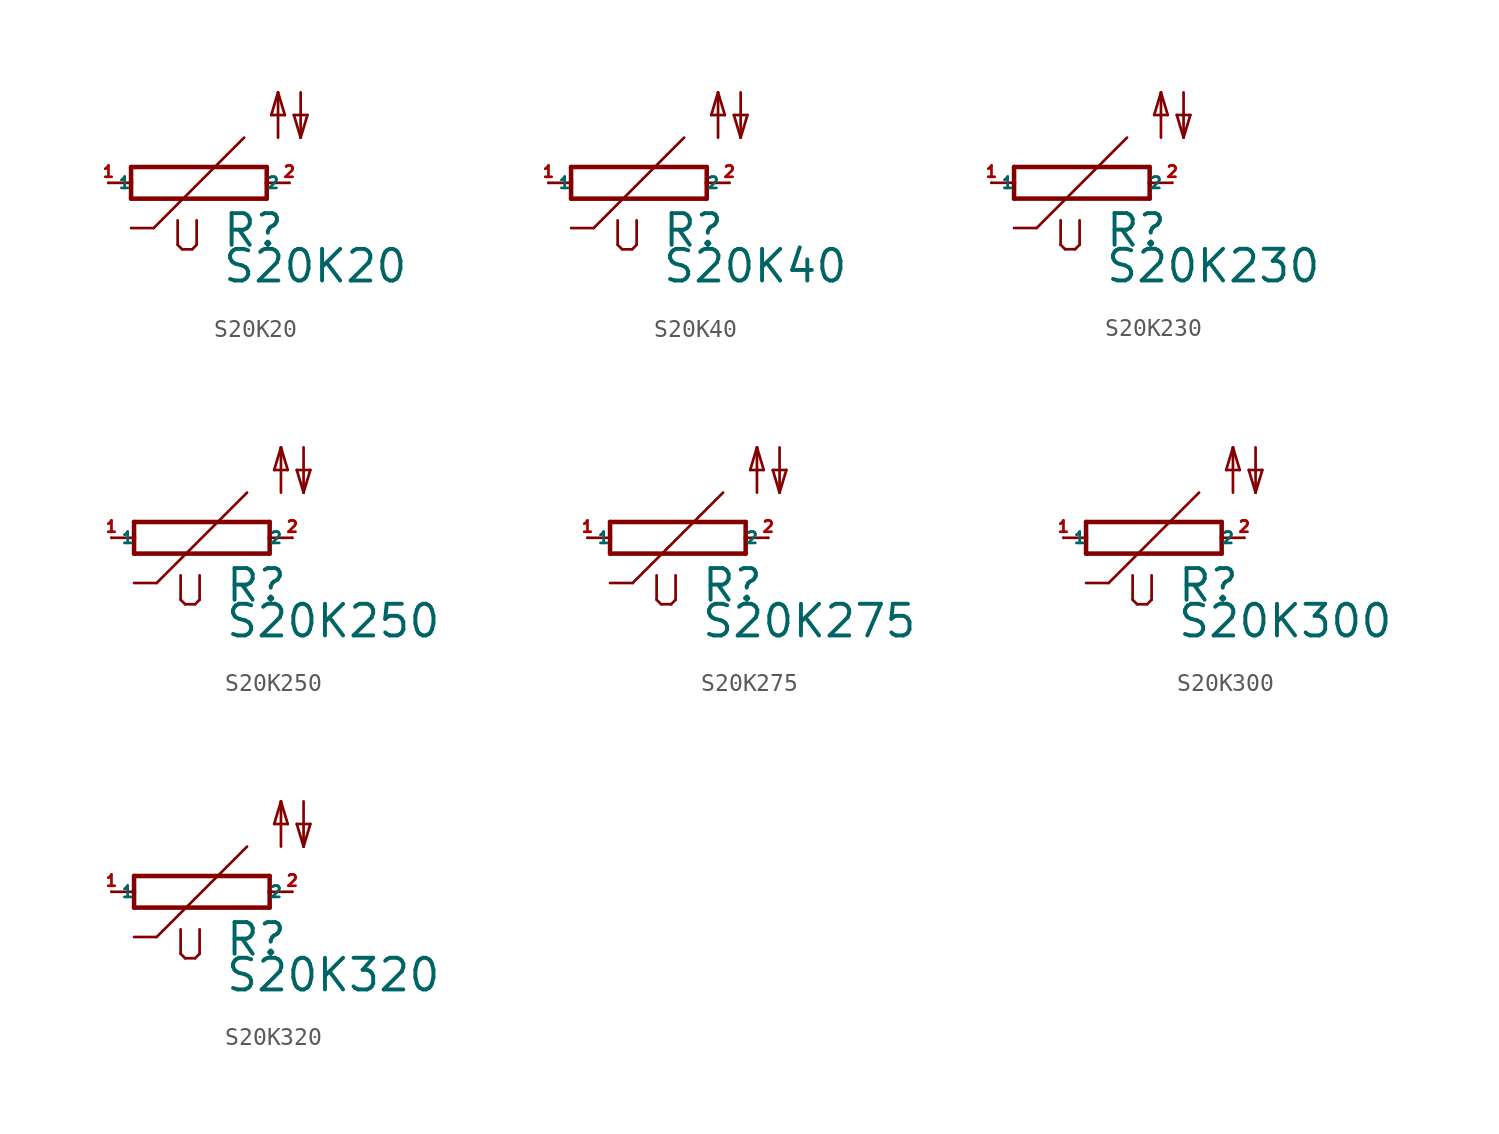
<source format=kicad_sym>
(kicad_symbol_lib
  (version 20220914)
  (generator Eagle2Kicad)
  (symbol "S20K20"
    (property "Reference" "R"
      (at 1.27 -3.708 0)
      (effects (font (size 1.778 1.778) (thickness 0.22)) (justify left bottom)))
    (property "Value" "S20K20"
      (at 1.27 -5.715 0)
      (effects (font (size 1.778 1.778) (thickness 0.22)) (justify left bottom)))
    (polyline
      (pts (xy -3.81 -0.889) (xy 3.81 -0.889))
      (stroke (width 0.254) (type default))
      (fill (type none)))
    (polyline
      (pts (xy 3.81 -0.889) (xy 3.81 0))
      (stroke (width 0.254) (type default))
      (fill (type none)))
    (polyline
      (pts (xy 3.81 0.889) (xy -3.81 0.889))
      (stroke (width 0.254) (type default))
      (fill (type none)))
    (polyline
      (pts (xy -3.81 -0.889) (xy -3.81 0))
      (stroke (width 0.254) (type default))
      (fill (type none)))
    (polyline
      (pts (xy 3.81 0) (xy 5.08 0))
      (stroke (width 0.152) (type default))
      (fill (type none)))
    (polyline
      (pts (xy 3.81 0) (xy 3.81 0.889))
      (stroke (width 0.254) (type default))
      (fill (type none)))
    (polyline
      (pts (xy -5.08 0) (xy -3.81 0))
      (stroke (width 0.152) (type default))
      (fill (type none)))
    (polyline
      (pts (xy -3.81 0) (xy -3.81 0.889))
      (stroke (width 0.254) (type default))
      (fill (type none)))
    (polyline
      (pts (xy 2.54 2.54) (xy -2.54 -2.54))
      (stroke (width 0.152) (type default))
      (fill (type none)))
    (polyline
      (pts (xy -2.54 -2.54) (xy -3.81 -2.54))
      (stroke (width 0.152) (type default))
      (fill (type none)))
    (polyline
      (pts (xy -1.194 -2.108) (xy -1.194 -3.48))
      (stroke (width 0.152) (type default))
      (fill (type none)))
    (polyline
      (pts (xy -0.94 -3.734) (xy -1.194 -3.48))
      (stroke (width 0.152) (type default))
      (fill (type none)))
    (polyline
      (pts (xy -0.94 -3.734) (xy -0.381 -3.734))
      (stroke (width 0.152) (type default))
      (fill (type none)))
    (polyline
      (pts (xy -0.127 -3.48) (xy -0.381 -3.734))
      (stroke (width 0.152) (type default))
      (fill (type none)))
    (polyline
      (pts (xy -0.127 -3.48) (xy -0.127 -2.108))
      (stroke (width 0.152) (type default))
      (fill (type none)))
    (polyline
      (pts (xy 5.715 5.08) (xy 5.715 2.54))
      (stroke (width 0.152) (type default))
      (fill (type none)))
    (polyline
      (pts (xy 5.715 2.54) (xy 6.096 3.81))
      (stroke (width 0.152) (type default))
      (fill (type none)))
    (polyline
      (pts (xy 6.096 3.81) (xy 5.334 3.81))
      (stroke (width 0.152) (type default))
      (fill (type none)))
    (polyline
      (pts (xy 5.334 3.81) (xy 5.715 2.54))
      (stroke (width 0.152) (type default))
      (fill (type none)))
    (polyline
      (pts (xy 4.445 2.54) (xy 4.445 5.08))
      (stroke (width 0.152) (type default))
      (fill (type none)))
    (polyline
      (pts (xy 4.445 5.08) (xy 4.826 3.81))
      (stroke (width 0.152) (type default))
      (fill (type none)))
    (polyline
      (pts (xy 4.826 3.81) (xy 4.064 3.81))
      (stroke (width 0.152) (type default))
      (fill (type none)))
    (polyline
      (pts (xy 4.064 3.81) (xy 4.445 5.08))
      (stroke (width 0.152) (type default))
      (fill (type none)))
    (pin passive line
      (at 5.08 0 180)
      (length 0)
      (name "2" (effects (font (size 0.635 0.635) (thickness 0.08)) (justify left bottom)))
      (number "2" (effects (font (size 0.635 0.635) (thickness 0.08)) (justify left bottom))))
    (pin passive line
      (at -5.08 0 0)
      (length 0)
      (name "1" (effects (font (size 0.635 0.635) (thickness 0.08)) (justify left bottom)))
      (number "1" (effects (font (size 0.635 0.635) (thickness 0.08)) (justify left bottom)))))
  (symbol "S20K40"
    (property "Reference" "R"
      (at 1.27 -3.708 0)
      (effects (font (size 1.778 1.778) (thickness 0.22)) (justify left bottom)))
    (property "Value" "S20K40"
      (at 1.27 -5.715 0)
      (effects (font (size 1.778 1.778) (thickness 0.22)) (justify left bottom)))
    (polyline
      (pts (xy -3.81 -0.889) (xy 3.81 -0.889))
      (stroke (width 0.254) (type default))
      (fill (type none)))
    (polyline
      (pts (xy 3.81 -0.889) (xy 3.81 0))
      (stroke (width 0.254) (type default))
      (fill (type none)))
    (polyline
      (pts (xy 3.81 0.889) (xy -3.81 0.889))
      (stroke (width 0.254) (type default))
      (fill (type none)))
    (polyline
      (pts (xy -3.81 -0.889) (xy -3.81 0))
      (stroke (width 0.254) (type default))
      (fill (type none)))
    (polyline
      (pts (xy 3.81 0) (xy 5.08 0))
      (stroke (width 0.152) (type default))
      (fill (type none)))
    (polyline
      (pts (xy 3.81 0) (xy 3.81 0.889))
      (stroke (width 0.254) (type default))
      (fill (type none)))
    (polyline
      (pts (xy -5.08 0) (xy -3.81 0))
      (stroke (width 0.152) (type default))
      (fill (type none)))
    (polyline
      (pts (xy -3.81 0) (xy -3.81 0.889))
      (stroke (width 0.254) (type default))
      (fill (type none)))
    (polyline
      (pts (xy 2.54 2.54) (xy -2.54 -2.54))
      (stroke (width 0.152) (type default))
      (fill (type none)))
    (polyline
      (pts (xy -2.54 -2.54) (xy -3.81 -2.54))
      (stroke (width 0.152) (type default))
      (fill (type none)))
    (polyline
      (pts (xy -1.194 -2.108) (xy -1.194 -3.48))
      (stroke (width 0.152) (type default))
      (fill (type none)))
    (polyline
      (pts (xy -0.94 -3.734) (xy -1.194 -3.48))
      (stroke (width 0.152) (type default))
      (fill (type none)))
    (polyline
      (pts (xy -0.94 -3.734) (xy -0.381 -3.734))
      (stroke (width 0.152) (type default))
      (fill (type none)))
    (polyline
      (pts (xy -0.127 -3.48) (xy -0.381 -3.734))
      (stroke (width 0.152) (type default))
      (fill (type none)))
    (polyline
      (pts (xy -0.127 -3.48) (xy -0.127 -2.108))
      (stroke (width 0.152) (type default))
      (fill (type none)))
    (polyline
      (pts (xy 5.715 5.08) (xy 5.715 2.54))
      (stroke (width 0.152) (type default))
      (fill (type none)))
    (polyline
      (pts (xy 5.715 2.54) (xy 6.096 3.81))
      (stroke (width 0.152) (type default))
      (fill (type none)))
    (polyline
      (pts (xy 6.096 3.81) (xy 5.334 3.81))
      (stroke (width 0.152) (type default))
      (fill (type none)))
    (polyline
      (pts (xy 5.334 3.81) (xy 5.715 2.54))
      (stroke (width 0.152) (type default))
      (fill (type none)))
    (polyline
      (pts (xy 4.445 2.54) (xy 4.445 5.08))
      (stroke (width 0.152) (type default))
      (fill (type none)))
    (polyline
      (pts (xy 4.445 5.08) (xy 4.826 3.81))
      (stroke (width 0.152) (type default))
      (fill (type none)))
    (polyline
      (pts (xy 4.826 3.81) (xy 4.064 3.81))
      (stroke (width 0.152) (type default))
      (fill (type none)))
    (polyline
      (pts (xy 4.064 3.81) (xy 4.445 5.08))
      (stroke (width 0.152) (type default))
      (fill (type none)))
    (pin passive line
      (at 5.08 0 180)
      (length 0)
      (name "2" (effects (font (size 0.635 0.635) (thickness 0.08)) (justify left bottom)))
      (number "2" (effects (font (size 0.635 0.635) (thickness 0.08)) (justify left bottom))))
    (pin passive line
      (at -5.08 0 0)
      (length 0)
      (name "1" (effects (font (size 0.635 0.635) (thickness 0.08)) (justify left bottom)))
      (number "1" (effects (font (size 0.635 0.635) (thickness 0.08)) (justify left bottom)))))
  (symbol "S20K230"
    (property "Reference" "R"
      (at 1.27 -3.708 0)
      (effects (font (size 1.778 1.778) (thickness 0.22)) (justify left bottom)))
    (property "Value" "S20K230"
      (at 1.27 -5.715 0)
      (effects (font (size 1.778 1.778) (thickness 0.22)) (justify left bottom)))
    (polyline
      (pts (xy -3.81 -0.889) (xy 3.81 -0.889))
      (stroke (width 0.254) (type default))
      (fill (type none)))
    (polyline
      (pts (xy 3.81 -0.889) (xy 3.81 0))
      (stroke (width 0.254) (type default))
      (fill (type none)))
    (polyline
      (pts (xy 3.81 0.889) (xy -3.81 0.889))
      (stroke (width 0.254) (type default))
      (fill (type none)))
    (polyline
      (pts (xy -3.81 -0.889) (xy -3.81 0))
      (stroke (width 0.254) (type default))
      (fill (type none)))
    (polyline
      (pts (xy 3.81 0) (xy 5.08 0))
      (stroke (width 0.152) (type default))
      (fill (type none)))
    (polyline
      (pts (xy 3.81 0) (xy 3.81 0.889))
      (stroke (width 0.254) (type default))
      (fill (type none)))
    (polyline
      (pts (xy -5.08 0) (xy -3.81 0))
      (stroke (width 0.152) (type default))
      (fill (type none)))
    (polyline
      (pts (xy -3.81 0) (xy -3.81 0.889))
      (stroke (width 0.254) (type default))
      (fill (type none)))
    (polyline
      (pts (xy 2.54 2.54) (xy -2.54 -2.54))
      (stroke (width 0.152) (type default))
      (fill (type none)))
    (polyline
      (pts (xy -2.54 -2.54) (xy -3.81 -2.54))
      (stroke (width 0.152) (type default))
      (fill (type none)))
    (polyline
      (pts (xy -1.194 -2.108) (xy -1.194 -3.48))
      (stroke (width 0.152) (type default))
      (fill (type none)))
    (polyline
      (pts (xy -0.94 -3.734) (xy -1.194 -3.48))
      (stroke (width 0.152) (type default))
      (fill (type none)))
    (polyline
      (pts (xy -0.94 -3.734) (xy -0.381 -3.734))
      (stroke (width 0.152) (type default))
      (fill (type none)))
    (polyline
      (pts (xy -0.127 -3.48) (xy -0.381 -3.734))
      (stroke (width 0.152) (type default))
      (fill (type none)))
    (polyline
      (pts (xy -0.127 -3.48) (xy -0.127 -2.108))
      (stroke (width 0.152) (type default))
      (fill (type none)))
    (polyline
      (pts (xy 5.715 5.08) (xy 5.715 2.54))
      (stroke (width 0.152) (type default))
      (fill (type none)))
    (polyline
      (pts (xy 5.715 2.54) (xy 6.096 3.81))
      (stroke (width 0.152) (type default))
      (fill (type none)))
    (polyline
      (pts (xy 6.096 3.81) (xy 5.334 3.81))
      (stroke (width 0.152) (type default))
      (fill (type none)))
    (polyline
      (pts (xy 5.334 3.81) (xy 5.715 2.54))
      (stroke (width 0.152) (type default))
      (fill (type none)))
    (polyline
      (pts (xy 4.445 2.54) (xy 4.445 5.08))
      (stroke (width 0.152) (type default))
      (fill (type none)))
    (polyline
      (pts (xy 4.445 5.08) (xy 4.826 3.81))
      (stroke (width 0.152) (type default))
      (fill (type none)))
    (polyline
      (pts (xy 4.826 3.81) (xy 4.064 3.81))
      (stroke (width 0.152) (type default))
      (fill (type none)))
    (polyline
      (pts (xy 4.064 3.81) (xy 4.445 5.08))
      (stroke (width 0.152) (type default))
      (fill (type none)))
    (pin passive line
      (at 5.08 0 180)
      (length 0)
      (name "2" (effects (font (size 0.635 0.635) (thickness 0.08)) (justify left bottom)))
      (number "2" (effects (font (size 0.635 0.635) (thickness 0.08)) (justify left bottom))))
    (pin passive line
      (at -5.08 0 0)
      (length 0)
      (name "1" (effects (font (size 0.635 0.635) (thickness 0.08)) (justify left bottom)))
      (number "1" (effects (font (size 0.635 0.635) (thickness 0.08)) (justify left bottom)))))
  (symbol "S20K250"
    (property "Reference" "R"
      (at 1.27 -3.708 0)
      (effects (font (size 1.778 1.778) (thickness 0.22)) (justify left bottom)))
    (property "Value" "S20K250"
      (at 1.27 -5.715 0)
      (effects (font (size 1.778 1.778) (thickness 0.22)) (justify left bottom)))
    (polyline
      (pts (xy -3.81 -0.889) (xy 3.81 -0.889))
      (stroke (width 0.254) (type default))
      (fill (type none)))
    (polyline
      (pts (xy 3.81 -0.889) (xy 3.81 0))
      (stroke (width 0.254) (type default))
      (fill (type none)))
    (polyline
      (pts (xy 3.81 0.889) (xy -3.81 0.889))
      (stroke (width 0.254) (type default))
      (fill (type none)))
    (polyline
      (pts (xy -3.81 -0.889) (xy -3.81 0))
      (stroke (width 0.254) (type default))
      (fill (type none)))
    (polyline
      (pts (xy 3.81 0) (xy 5.08 0))
      (stroke (width 0.152) (type default))
      (fill (type none)))
    (polyline
      (pts (xy 3.81 0) (xy 3.81 0.889))
      (stroke (width 0.254) (type default))
      (fill (type none)))
    (polyline
      (pts (xy -5.08 0) (xy -3.81 0))
      (stroke (width 0.152) (type default))
      (fill (type none)))
    (polyline
      (pts (xy -3.81 0) (xy -3.81 0.889))
      (stroke (width 0.254) (type default))
      (fill (type none)))
    (polyline
      (pts (xy 2.54 2.54) (xy -2.54 -2.54))
      (stroke (width 0.152) (type default))
      (fill (type none)))
    (polyline
      (pts (xy -2.54 -2.54) (xy -3.81 -2.54))
      (stroke (width 0.152) (type default))
      (fill (type none)))
    (polyline
      (pts (xy -1.194 -2.108) (xy -1.194 -3.48))
      (stroke (width 0.152) (type default))
      (fill (type none)))
    (polyline
      (pts (xy -0.94 -3.734) (xy -1.194 -3.48))
      (stroke (width 0.152) (type default))
      (fill (type none)))
    (polyline
      (pts (xy -0.94 -3.734) (xy -0.381 -3.734))
      (stroke (width 0.152) (type default))
      (fill (type none)))
    (polyline
      (pts (xy -0.127 -3.48) (xy -0.381 -3.734))
      (stroke (width 0.152) (type default))
      (fill (type none)))
    (polyline
      (pts (xy -0.127 -3.48) (xy -0.127 -2.108))
      (stroke (width 0.152) (type default))
      (fill (type none)))
    (polyline
      (pts (xy 5.715 5.08) (xy 5.715 2.54))
      (stroke (width 0.152) (type default))
      (fill (type none)))
    (polyline
      (pts (xy 5.715 2.54) (xy 6.096 3.81))
      (stroke (width 0.152) (type default))
      (fill (type none)))
    (polyline
      (pts (xy 6.096 3.81) (xy 5.334 3.81))
      (stroke (width 0.152) (type default))
      (fill (type none)))
    (polyline
      (pts (xy 5.334 3.81) (xy 5.715 2.54))
      (stroke (width 0.152) (type default))
      (fill (type none)))
    (polyline
      (pts (xy 4.445 2.54) (xy 4.445 5.08))
      (stroke (width 0.152) (type default))
      (fill (type none)))
    (polyline
      (pts (xy 4.445 5.08) (xy 4.826 3.81))
      (stroke (width 0.152) (type default))
      (fill (type none)))
    (polyline
      (pts (xy 4.826 3.81) (xy 4.064 3.81))
      (stroke (width 0.152) (type default))
      (fill (type none)))
    (polyline
      (pts (xy 4.064 3.81) (xy 4.445 5.08))
      (stroke (width 0.152) (type default))
      (fill (type none)))
    (pin passive line
      (at 5.08 0 180)
      (length 0)
      (name "2" (effects (font (size 0.635 0.635) (thickness 0.08)) (justify left bottom)))
      (number "2" (effects (font (size 0.635 0.635) (thickness 0.08)) (justify left bottom))))
    (pin passive line
      (at -5.08 0 0)
      (length 0)
      (name "1" (effects (font (size 0.635 0.635) (thickness 0.08)) (justify left bottom)))
      (number "1" (effects (font (size 0.635 0.635) (thickness 0.08)) (justify left bottom)))))
  (symbol "S20K275"
    (property "Reference" "R"
      (at 1.27 -3.708 0)
      (effects (font (size 1.778 1.778) (thickness 0.22)) (justify left bottom)))
    (property "Value" "S20K275"
      (at 1.27 -5.715 0)
      (effects (font (size 1.778 1.778) (thickness 0.22)) (justify left bottom)))
    (polyline
      (pts (xy -3.81 -0.889) (xy 3.81 -0.889))
      (stroke (width 0.254) (type default))
      (fill (type none)))
    (polyline
      (pts (xy 3.81 -0.889) (xy 3.81 0))
      (stroke (width 0.254) (type default))
      (fill (type none)))
    (polyline
      (pts (xy 3.81 0.889) (xy -3.81 0.889))
      (stroke (width 0.254) (type default))
      (fill (type none)))
    (polyline
      (pts (xy -3.81 -0.889) (xy -3.81 0))
      (stroke (width 0.254) (type default))
      (fill (type none)))
    (polyline
      (pts (xy 3.81 0) (xy 5.08 0))
      (stroke (width 0.152) (type default))
      (fill (type none)))
    (polyline
      (pts (xy 3.81 0) (xy 3.81 0.889))
      (stroke (width 0.254) (type default))
      (fill (type none)))
    (polyline
      (pts (xy -5.08 0) (xy -3.81 0))
      (stroke (width 0.152) (type default))
      (fill (type none)))
    (polyline
      (pts (xy -3.81 0) (xy -3.81 0.889))
      (stroke (width 0.254) (type default))
      (fill (type none)))
    (polyline
      (pts (xy 2.54 2.54) (xy -2.54 -2.54))
      (stroke (width 0.152) (type default))
      (fill (type none)))
    (polyline
      (pts (xy -2.54 -2.54) (xy -3.81 -2.54))
      (stroke (width 0.152) (type default))
      (fill (type none)))
    (polyline
      (pts (xy -1.194 -2.108) (xy -1.194 -3.48))
      (stroke (width 0.152) (type default))
      (fill (type none)))
    (polyline
      (pts (xy -0.94 -3.734) (xy -1.194 -3.48))
      (stroke (width 0.152) (type default))
      (fill (type none)))
    (polyline
      (pts (xy -0.94 -3.734) (xy -0.381 -3.734))
      (stroke (width 0.152) (type default))
      (fill (type none)))
    (polyline
      (pts (xy -0.127 -3.48) (xy -0.381 -3.734))
      (stroke (width 0.152) (type default))
      (fill (type none)))
    (polyline
      (pts (xy -0.127 -3.48) (xy -0.127 -2.108))
      (stroke (width 0.152) (type default))
      (fill (type none)))
    (polyline
      (pts (xy 5.715 5.08) (xy 5.715 2.54))
      (stroke (width 0.152) (type default))
      (fill (type none)))
    (polyline
      (pts (xy 5.715 2.54) (xy 6.096 3.81))
      (stroke (width 0.152) (type default))
      (fill (type none)))
    (polyline
      (pts (xy 6.096 3.81) (xy 5.334 3.81))
      (stroke (width 0.152) (type default))
      (fill (type none)))
    (polyline
      (pts (xy 5.334 3.81) (xy 5.715 2.54))
      (stroke (width 0.152) (type default))
      (fill (type none)))
    (polyline
      (pts (xy 4.445 2.54) (xy 4.445 5.08))
      (stroke (width 0.152) (type default))
      (fill (type none)))
    (polyline
      (pts (xy 4.445 5.08) (xy 4.826 3.81))
      (stroke (width 0.152) (type default))
      (fill (type none)))
    (polyline
      (pts (xy 4.826 3.81) (xy 4.064 3.81))
      (stroke (width 0.152) (type default))
      (fill (type none)))
    (polyline
      (pts (xy 4.064 3.81) (xy 4.445 5.08))
      (stroke (width 0.152) (type default))
      (fill (type none)))
    (pin passive line
      (at 5.08 0 180)
      (length 0)
      (name "2" (effects (font (size 0.635 0.635) (thickness 0.08)) (justify left bottom)))
      (number "2" (effects (font (size 0.635 0.635) (thickness 0.08)) (justify left bottom))))
    (pin passive line
      (at -5.08 0 0)
      (length 0)
      (name "1" (effects (font (size 0.635 0.635) (thickness 0.08)) (justify left bottom)))
      (number "1" (effects (font (size 0.635 0.635) (thickness 0.08)) (justify left bottom)))))
  (symbol "S20K300"
    (property "Reference" "R"
      (at 1.27 -3.708 0)
      (effects (font (size 1.778 1.778) (thickness 0.22)) (justify left bottom)))
    (property "Value" "S20K300"
      (at 1.27 -5.715 0)
      (effects (font (size 1.778 1.778) (thickness 0.22)) (justify left bottom)))
    (polyline
      (pts (xy -3.81 -0.889) (xy 3.81 -0.889))
      (stroke (width 0.254) (type default))
      (fill (type none)))
    (polyline
      (pts (xy 3.81 -0.889) (xy 3.81 0))
      (stroke (width 0.254) (type default))
      (fill (type none)))
    (polyline
      (pts (xy 3.81 0.889) (xy -3.81 0.889))
      (stroke (width 0.254) (type default))
      (fill (type none)))
    (polyline
      (pts (xy -3.81 -0.889) (xy -3.81 0))
      (stroke (width 0.254) (type default))
      (fill (type none)))
    (polyline
      (pts (xy 3.81 0) (xy 5.08 0))
      (stroke (width 0.152) (type default))
      (fill (type none)))
    (polyline
      (pts (xy 3.81 0) (xy 3.81 0.889))
      (stroke (width 0.254) (type default))
      (fill (type none)))
    (polyline
      (pts (xy -5.08 0) (xy -3.81 0))
      (stroke (width 0.152) (type default))
      (fill (type none)))
    (polyline
      (pts (xy -3.81 0) (xy -3.81 0.889))
      (stroke (width 0.254) (type default))
      (fill (type none)))
    (polyline
      (pts (xy 2.54 2.54) (xy -2.54 -2.54))
      (stroke (width 0.152) (type default))
      (fill (type none)))
    (polyline
      (pts (xy -2.54 -2.54) (xy -3.81 -2.54))
      (stroke (width 0.152) (type default))
      (fill (type none)))
    (polyline
      (pts (xy -1.194 -2.108) (xy -1.194 -3.48))
      (stroke (width 0.152) (type default))
      (fill (type none)))
    (polyline
      (pts (xy -0.94 -3.734) (xy -1.194 -3.48))
      (stroke (width 0.152) (type default))
      (fill (type none)))
    (polyline
      (pts (xy -0.94 -3.734) (xy -0.381 -3.734))
      (stroke (width 0.152) (type default))
      (fill (type none)))
    (polyline
      (pts (xy -0.127 -3.48) (xy -0.381 -3.734))
      (stroke (width 0.152) (type default))
      (fill (type none)))
    (polyline
      (pts (xy -0.127 -3.48) (xy -0.127 -2.108))
      (stroke (width 0.152) (type default))
      (fill (type none)))
    (polyline
      (pts (xy 5.715 5.08) (xy 5.715 2.54))
      (stroke (width 0.152) (type default))
      (fill (type none)))
    (polyline
      (pts (xy 5.715 2.54) (xy 6.096 3.81))
      (stroke (width 0.152) (type default))
      (fill (type none)))
    (polyline
      (pts (xy 6.096 3.81) (xy 5.334 3.81))
      (stroke (width 0.152) (type default))
      (fill (type none)))
    (polyline
      (pts (xy 5.334 3.81) (xy 5.715 2.54))
      (stroke (width 0.152) (type default))
      (fill (type none)))
    (polyline
      (pts (xy 4.445 2.54) (xy 4.445 5.08))
      (stroke (width 0.152) (type default))
      (fill (type none)))
    (polyline
      (pts (xy 4.445 5.08) (xy 4.826 3.81))
      (stroke (width 0.152) (type default))
      (fill (type none)))
    (polyline
      (pts (xy 4.826 3.81) (xy 4.064 3.81))
      (stroke (width 0.152) (type default))
      (fill (type none)))
    (polyline
      (pts (xy 4.064 3.81) (xy 4.445 5.08))
      (stroke (width 0.152) (type default))
      (fill (type none)))
    (pin passive line
      (at 5.08 0 180)
      (length 0)
      (name "2" (effects (font (size 0.635 0.635) (thickness 0.08)) (justify left bottom)))
      (number "2" (effects (font (size 0.635 0.635) (thickness 0.08)) (justify left bottom))))
    (pin passive line
      (at -5.08 0 0)
      (length 0)
      (name "1" (effects (font (size 0.635 0.635) (thickness 0.08)) (justify left bottom)))
      (number "1" (effects (font (size 0.635 0.635) (thickness 0.08)) (justify left bottom)))))
  (symbol "S20K320"
    (property "Reference" "R"
      (at 1.27 -3.708 0)
      (effects (font (size 1.778 1.778) (thickness 0.22)) (justify left bottom)))
    (property "Value" "S20K320"
      (at 1.27 -5.715 0)
      (effects (font (size 1.778 1.778) (thickness 0.22)) (justify left bottom)))
    (polyline
      (pts (xy -3.81 -0.889) (xy 3.81 -0.889))
      (stroke (width 0.254) (type default))
      (fill (type none)))
    (polyline
      (pts (xy 3.81 -0.889) (xy 3.81 0))
      (stroke (width 0.254) (type default))
      (fill (type none)))
    (polyline
      (pts (xy 3.81 0.889) (xy -3.81 0.889))
      (stroke (width 0.254) (type default))
      (fill (type none)))
    (polyline
      (pts (xy -3.81 -0.889) (xy -3.81 0))
      (stroke (width 0.254) (type default))
      (fill (type none)))
    (polyline
      (pts (xy 3.81 0) (xy 5.08 0))
      (stroke (width 0.152) (type default))
      (fill (type none)))
    (polyline
      (pts (xy 3.81 0) (xy 3.81 0.889))
      (stroke (width 0.254) (type default))
      (fill (type none)))
    (polyline
      (pts (xy -5.08 0) (xy -3.81 0))
      (stroke (width 0.152) (type default))
      (fill (type none)))
    (polyline
      (pts (xy -3.81 0) (xy -3.81 0.889))
      (stroke (width 0.254) (type default))
      (fill (type none)))
    (polyline
      (pts (xy 2.54 2.54) (xy -2.54 -2.54))
      (stroke (width 0.152) (type default))
      (fill (type none)))
    (polyline
      (pts (xy -2.54 -2.54) (xy -3.81 -2.54))
      (stroke (width 0.152) (type default))
      (fill (type none)))
    (polyline
      (pts (xy -1.194 -2.108) (xy -1.194 -3.48))
      (stroke (width 0.152) (type default))
      (fill (type none)))
    (polyline
      (pts (xy -0.94 -3.734) (xy -1.194 -3.48))
      (stroke (width 0.152) (type default))
      (fill (type none)))
    (polyline
      (pts (xy -0.94 -3.734) (xy -0.381 -3.734))
      (stroke (width 0.152) (type default))
      (fill (type none)))
    (polyline
      (pts (xy -0.127 -3.48) (xy -0.381 -3.734))
      (stroke (width 0.152) (type default))
      (fill (type none)))
    (polyline
      (pts (xy -0.127 -3.48) (xy -0.127 -2.108))
      (stroke (width 0.152) (type default))
      (fill (type none)))
    (polyline
      (pts (xy 5.715 5.08) (xy 5.715 2.54))
      (stroke (width 0.152) (type default))
      (fill (type none)))
    (polyline
      (pts (xy 5.715 2.54) (xy 6.096 3.81))
      (stroke (width 0.152) (type default))
      (fill (type none)))
    (polyline
      (pts (xy 6.096 3.81) (xy 5.334 3.81))
      (stroke (width 0.152) (type default))
      (fill (type none)))
    (polyline
      (pts (xy 5.334 3.81) (xy 5.715 2.54))
      (stroke (width 0.152) (type default))
      (fill (type none)))
    (polyline
      (pts (xy 4.445 2.54) (xy 4.445 5.08))
      (stroke (width 0.152) (type default))
      (fill (type none)))
    (polyline
      (pts (xy 4.445 5.08) (xy 4.826 3.81))
      (stroke (width 0.152) (type default))
      (fill (type none)))
    (polyline
      (pts (xy 4.826 3.81) (xy 4.064 3.81))
      (stroke (width 0.152) (type default))
      (fill (type none)))
    (polyline
      (pts (xy 4.064 3.81) (xy 4.445 5.08))
      (stroke (width 0.152) (type default))
      (fill (type none)))
    (pin passive line
      (at 5.08 0 180)
      (length 0)
      (name "2" (effects (font (size 0.635 0.635) (thickness 0.08)) (justify left bottom)))
      (number "2" (effects (font (size 0.635 0.635) (thickness 0.08)) (justify left bottom))))
    (pin passive line
      (at -5.08 0 0)
      (length 0)
      (name "1" (effects (font (size 0.635 0.635) (thickness 0.08)) (justify left bottom)))
      (number "1" (effects (font (size 0.635 0.635) (thickness 0.08)) (justify left bottom))))))
</source>
